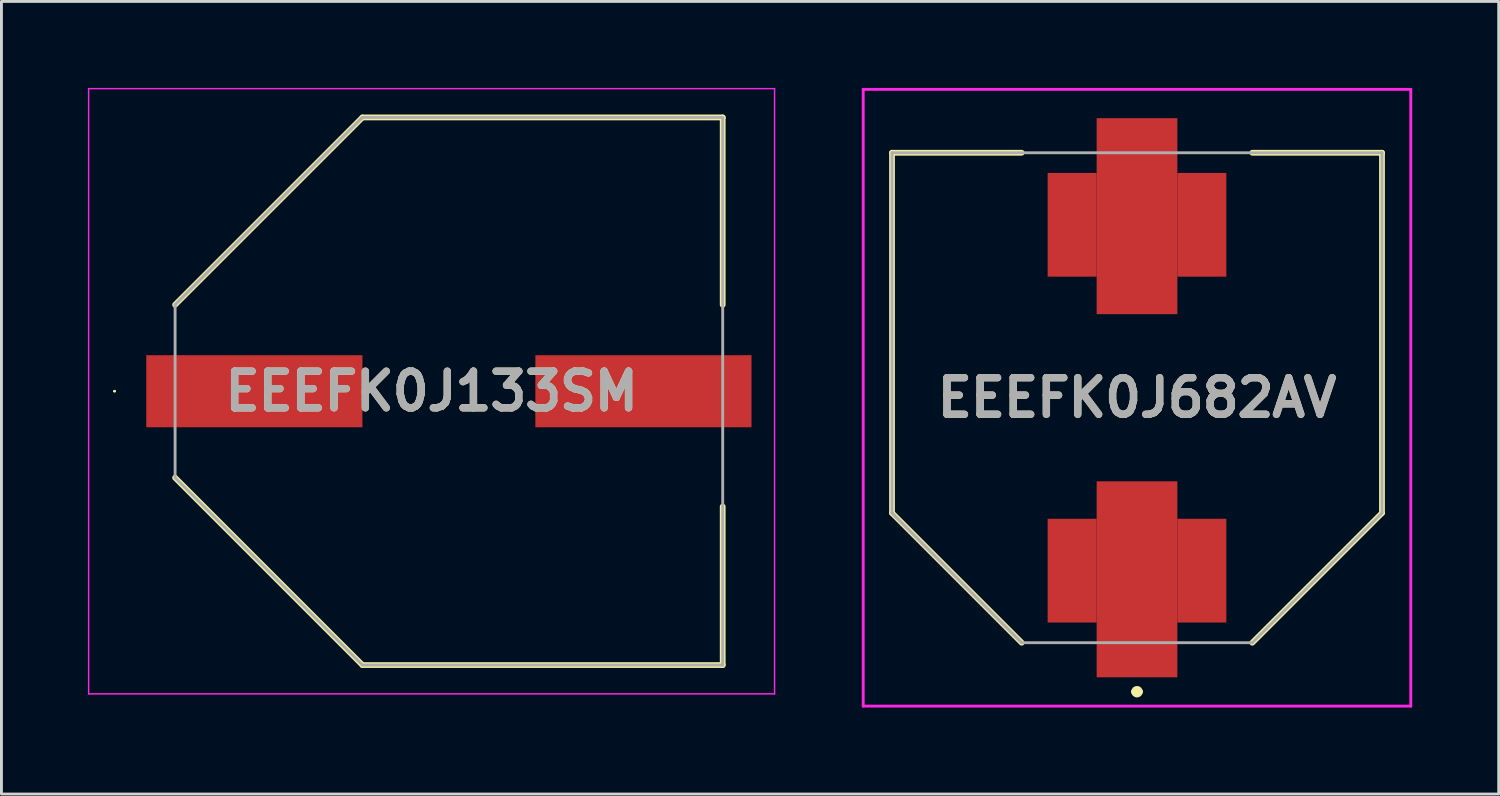
<source format=kicad_pcb>
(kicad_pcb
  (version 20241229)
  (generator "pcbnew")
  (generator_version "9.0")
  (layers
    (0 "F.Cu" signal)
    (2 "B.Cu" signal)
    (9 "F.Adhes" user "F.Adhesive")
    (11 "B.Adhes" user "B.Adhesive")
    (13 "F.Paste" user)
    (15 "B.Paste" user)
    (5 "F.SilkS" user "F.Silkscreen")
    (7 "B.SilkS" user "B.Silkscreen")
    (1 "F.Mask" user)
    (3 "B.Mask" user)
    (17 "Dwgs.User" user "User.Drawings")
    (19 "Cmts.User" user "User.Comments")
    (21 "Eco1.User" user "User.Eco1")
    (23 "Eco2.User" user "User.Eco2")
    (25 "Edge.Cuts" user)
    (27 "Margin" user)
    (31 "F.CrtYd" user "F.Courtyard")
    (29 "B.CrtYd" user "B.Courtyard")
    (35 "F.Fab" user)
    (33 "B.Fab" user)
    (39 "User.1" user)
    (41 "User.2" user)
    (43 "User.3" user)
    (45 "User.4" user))
  (footprint "EEEFK0J133SM"
    (layer "F.Cu")
    (at 12.525 10.525)
    (property "Reference" "EEEFK0J133SM" (at -0.6 0 0) (layer "F.SilkS") (effects (font (size 1.27 1.27) (thickness 0.254))))
    (attr smd)
    (fp_line (start -11.625 0) (end -11.625 0) (stroke (width 0.05) (type solid)) (layer "F.SilkS"))
    (fp_line (start -11.575 0) (end -11.575 0) (stroke (width 0.05) (type solid)) (layer "F.SilkS"))
    (fp_line (start -9.5 -3) (end -3 -9.5) (stroke (width 0.2) (type solid)) (layer "F.SilkS"))
    (fp_line (start -9.5 3) (end -3 9.5) (stroke (width 0.2) (type solid)) (layer "F.SilkS"))
    (fp_line (start -3 -9.5) (end 9.5 -9.5) (stroke (width 0.2) (type solid)) (layer "F.SilkS"))
    (fp_line (start -3 9.5) (end 9.5 9.5) (stroke (width 0.2) (type solid)) (layer "F.SilkS"))
    (fp_line (start 9.5 -9.5) (end 9.5 -3) (stroke (width 0.2) (type solid)) (layer "F.SilkS"))
    (fp_line (start 9.5 9.5) (end 9.5 4) (stroke (width 0.2) (type solid)) (layer "F.SilkS"))
    (fp_arc (start -11.625 0) (mid -11.6 -0.025) (end -11.575 0) (stroke (width 0.05) (type solid)) (layer "F.SilkS"))
    (fp_arc (start -11.575 0) (mid -11.6 0.025) (end -11.625 0) (stroke (width 0.05) (type solid)) (layer "F.SilkS"))
    (fp_line (start -12.5 -10.5) (end 11.3 -10.5) (stroke (width 0.05) (type solid)) (layer "F.CrtYd"))
    (fp_line (start -12.5 10.5) (end -12.5 -10.5) (stroke (width 0.05) (type solid)) (layer "F.CrtYd"))
    (fp_line (start 11.3 -10.5) (end 11.3 10.5) (stroke (width 0.05) (type solid)) (layer "F.CrtYd"))
    (fp_line (start 11.3 10.5) (end -12.5 10.5) (stroke (width 0.05) (type solid)) (layer "F.CrtYd"))
    (fp_line (start -9.5 -3) (end -3 -9.5) (stroke (width 0.1) (type solid)) (layer "F.Fab"))
    (fp_line (start -9.5 -3) (end -3 -9.5) (stroke (width 0.1) (type solid)) (layer "F.Fab"))
    (fp_line (start -9.5 3) (end -9.5 -3) (stroke (width 0.1) (type solid)) (layer "F.Fab"))
    (fp_line (start -3 -9.5) (end 9.5 -9.5) (stroke (width 0.1) (type solid)) (layer "F.Fab"))
    (fp_line (start -3 9.5) (end -9.5 3) (stroke (width 0.1) (type solid)) (layer "F.Fab"))
    (fp_line (start 9.5 -9.5) (end 9.5 9.5) (stroke (width 0.1) (type solid)) (layer "F.Fab"))
    (fp_line (start 9.5 9.5) (end -3 9.5) (stroke (width 0.1) (type solid)) (layer "F.Fab"))
    (fp_line (start 9.5 9.5) (end 9.5 9.5) (stroke (width 0.1) (type solid)) (layer "F.Fab"))
    (fp_text user "${REFERENCE}" (at -0.6 0 0) (layer "F.Fab") (effects (font (size 1.27 1.27) (thickness 0.254))))
    (pad "1" smd rect (at -6.75 0 90) (size 2.5 7.5) (layers "F.Cu" "F.Mask" "F.Paste"))
    (pad "2" smd rect (at 6.75 0 90) (size 2.5 7.5) (layers "F.Cu" "F.Mask" "F.Paste")))
  (footprint "EEEFK0J682AV"
    (layer "F.Cu")
    (at 36.4 10.75)
    (property "Reference" "EEEFK0J682AV" (at 0 0 0) (layer "F.SilkS") (effects (font (size 1.27 1.27) (thickness 0.254))))
    (attr smd)
    (fp_line (start -8.5 -8.5) (end -4 -8.5) (stroke (width 0.2) (type solid)) (layer "F.SilkS"))
    (fp_line (start -8.5 4) (end -8.5 -8.5) (stroke (width 0.2) (type solid)) (layer "F.SilkS"))
    (fp_line (start -4 8.5) (end -8.5 4) (stroke (width 0.2) (type solid)) (layer "F.SilkS"))
    (fp_line (start -0.1 10.2) (end -0.1 10.2) (stroke (width 0.2) (type solid)) (layer "F.SilkS"))
    (fp_line (start 0.1 10.2) (end 0.1 10.2) (stroke (width 0.2) (type solid)) (layer "F.SilkS"))
    (fp_line (start 4 8.5) (end 8.5 4) (stroke (width 0.2) (type solid)) (layer "F.SilkS"))
    (fp_line (start 8.5 -8.5) (end 4 -8.5) (stroke (width 0.2) (type solid)) (layer "F.SilkS"))
    (fp_line (start 8.5 4) (end 8.5 -8.5) (stroke (width 0.2) (type solid)) (layer "F.SilkS"))
    (fp_arc (start -0.1 10.2) (mid 0 10.1) (end 0.1 10.2) (stroke (width 0.2) (type solid)) (layer "F.SilkS"))
    (fp_arc (start 0.1 10.2) (mid 0 10.3) (end -0.1 10.2) (stroke (width 0.2) (type solid)) (layer "F.SilkS"))
    (fp_line (start -9.5 -10.7) (end -9.5 10.7) (stroke (width 0.1) (type solid)) (layer "F.CrtYd"))
    (fp_line (start -9.5 10.7) (end 9.5 10.7) (stroke (width 0.1) (type solid)) (layer "F.CrtYd"))
    (fp_line (start 9.5 -10.7) (end -9.5 -10.7) (stroke (width 0.1) (type solid)) (layer "F.CrtYd"))
    (fp_line (start 9.5 10.7) (end 9.5 -10.7) (stroke (width 0.1) (type solid)) (layer "F.CrtYd"))
    (fp_line (start -8.5 -8.5) (end 8.5 -8.5) (stroke (width 0.1) (type solid)) (layer "F.Fab"))
    (fp_line (start -8.5 4) (end -8.5 -8.5) (stroke (width 0.1) (type solid)) (layer "F.Fab"))
    (fp_line (start -4 8.5) (end -8.5 4) (stroke (width 0.1) (type solid)) (layer "F.Fab"))
    (fp_line (start -4 8.5) (end -8.5 4) (stroke (width 0.1) (type solid)) (layer "F.Fab"))
    (fp_line (start 4 8.5) (end -4 8.5) (stroke (width 0.1) (type solid)) (layer "F.Fab"))
    (fp_line (start 8.5 -8.5) (end 8.5 4) (stroke (width 0.1) (type solid)) (layer "F.Fab"))
    (fp_line (start 8.5 4) (end 4 8.5) (stroke (width 0.1) (type solid)) (layer "F.Fab"))
    (fp_text user "${REFERENCE}" (at 0 0 0) (layer "F.Fab") (effects (font (size 1.27 1.27) (thickness 0.254))))
    (pad "1" smd rect (at -2.25 6) (size 1.7 3.6) (layers "F.Cu" "F.Mask" "F.Paste"))
    (pad "1" smd rect (at 0 6.3) (size 2.8 6.8) (layers "F.Cu" "F.Mask" "F.Paste"))
    (pad "1" smd rect (at 2.25 6) (size 1.7 3.6) (layers "F.Cu" "F.Mask" "F.Paste"))
    (pad "2" smd rect (at -2.25 -6) (size 1.7 3.6) (layers "F.Cu" "F.Mask" "F.Paste"))
    (pad "2" smd rect (at 0 -6.3) (size 2.8 6.8) (layers "F.Cu" "F.Mask" "F.Paste"))
    (pad "2" smd rect (at 2.25 -6) (size 1.7 3.6) (layers "F.Cu" "F.Mask" "F.Paste")))
  (gr_rect
    (start -3 -3)
    (end 48.95 24.5)
    (stroke (width 0.1) (type default))
    (fill no)
    (layer "Edge.Cuts")))
</source>
